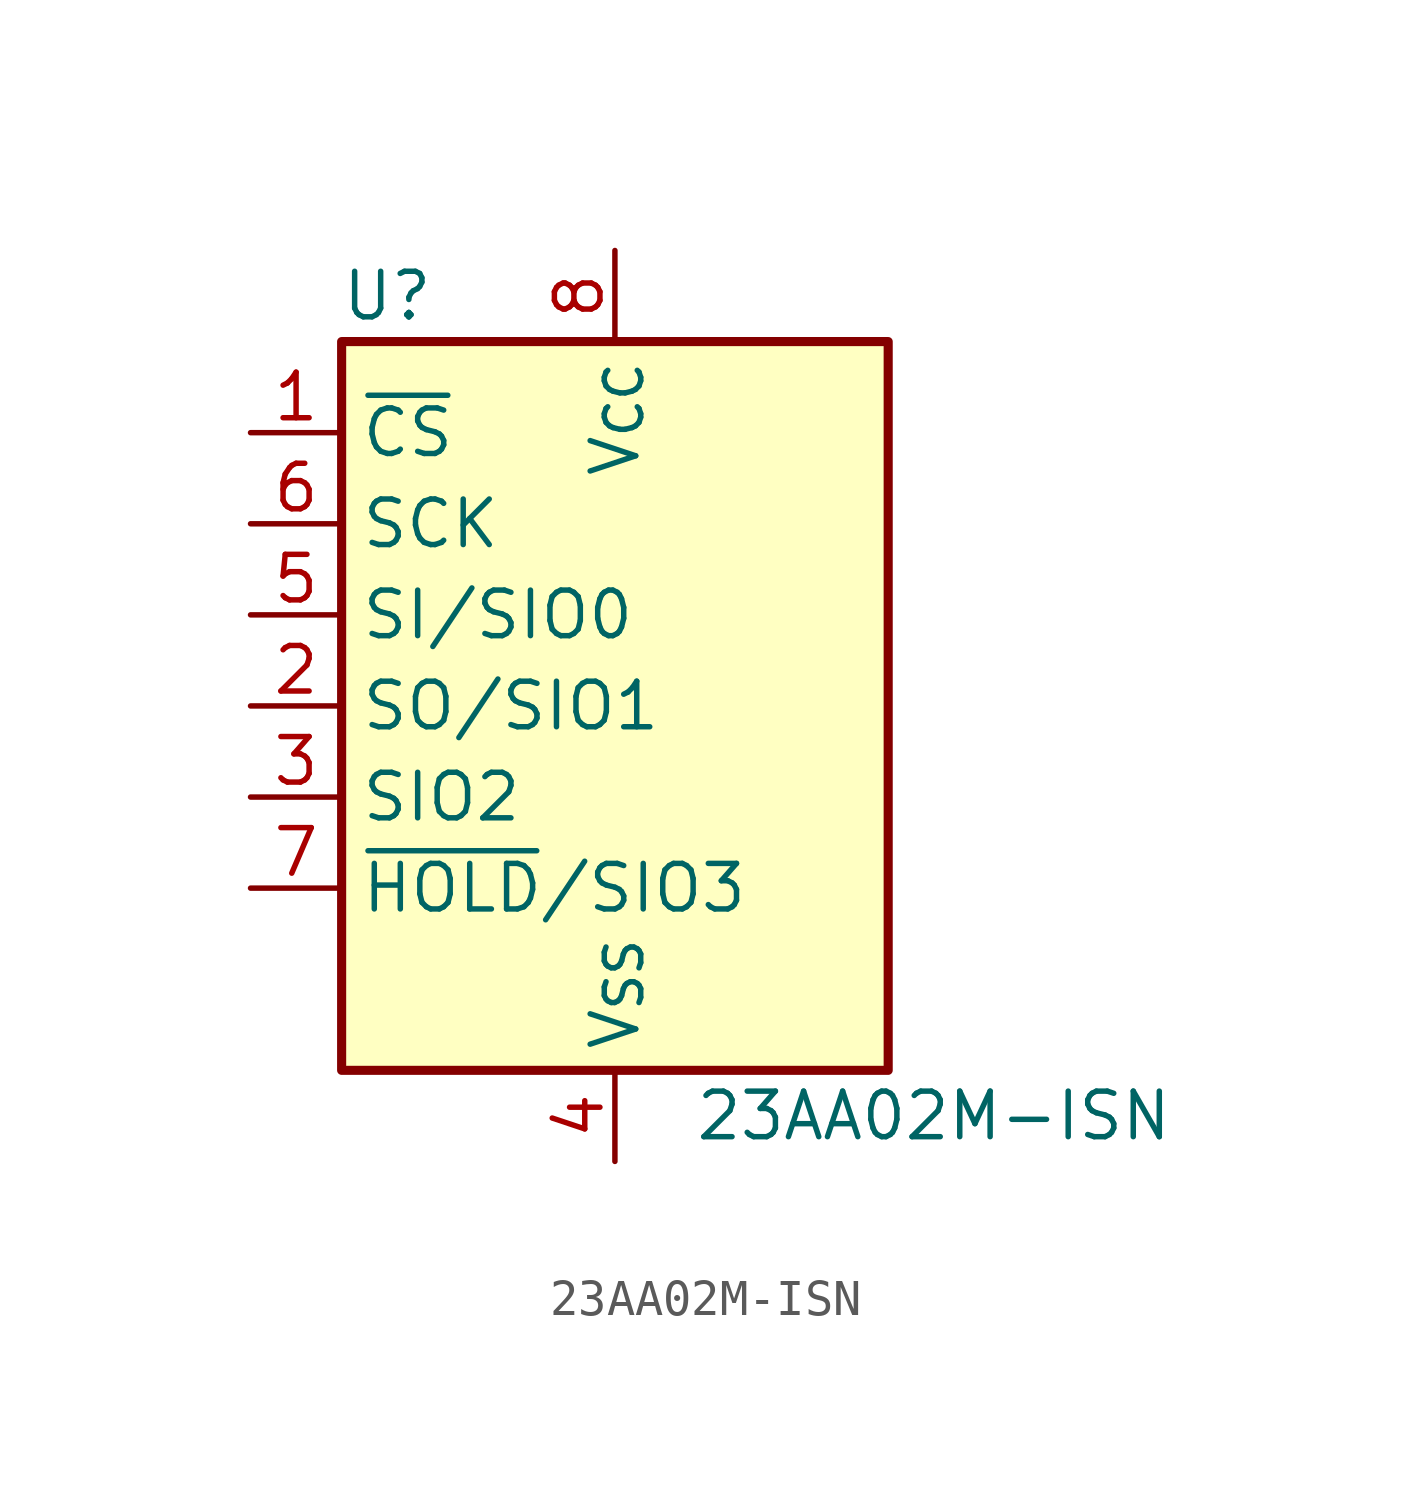
<source format=kicad_sym>
(kicad_symbol_lib
  (version 20241209)
  (generator "kicad_symbol_editor")
  (generator_version "9.0")
  (symbol "23AA02M-ISN"
    (property "Reference" "U"
      (at -6.35 11.43 0)
      (effects (font (size 1.27 1.27))))
    (property "Value" "23AA02M-ISN"
      (at 8.89 -11.43 0)
      (effects (font (size 1.27 1.27))))
    (symbol "23AA02M-ISN_1_1"
      (rectangle (start -7.62 10.16) (end 7.62 -10.16) (stroke (width 0.254) (type solid)) (fill (type background)))
      (pin input line (at -10.16 7.62 0) (length 2.54) (name "~{CS}" (effects (font (size 1.27 1.27)))) (number "1" (effects (font (size 1.27 1.27)))))
      (pin input line (at -10.16 5.08 0) (length 2.54) (name "SCK" (effects (font (size 1.27 1.27)))) (number "6" (effects (font (size 1.27 1.27)))))
      (pin bidirectional line (at -10.16 2.54 0) (length 2.54) (name "SI/SIO0" (effects (font (size 1.27 1.27)))) (number "5" (effects (font (size 1.27 1.27)))))
      (pin bidirectional line (at -10.16 0 0) (length 2.54) (name "SO/SIO1" (effects (font (size 1.27 1.27)))) (number "2" (effects (font (size 1.27 1.27)))))
      (pin bidirectional line (at -10.16 -2.54 0) (length 2.54) (name "SIO2" (effects (font (size 1.27 1.27)))) (number "3" (effects (font (size 1.27 1.27)))))
      (pin bidirectional line (at -10.16 -5.08 0) (length 2.54) (name "~{HOLD}/SIO3" (effects (font (size 1.27 1.27)))) (number "7" (effects (font (size 1.27 1.27)))))
      (pin power_in line (at 0 12.7 270) (length 2.54) (name "V_{CC}" (effects (font (size 1.27 1.27)))) (number "8" (effects (font (size 1.27 1.27)))))
      (pin power_in line (at 0 -12.7 90) (length 2.54) (name "V_{SS}" (effects (font (size 1.27 1.27)))) (number "4" (effects (font (size 1.27 1.27))))))))
</source>
